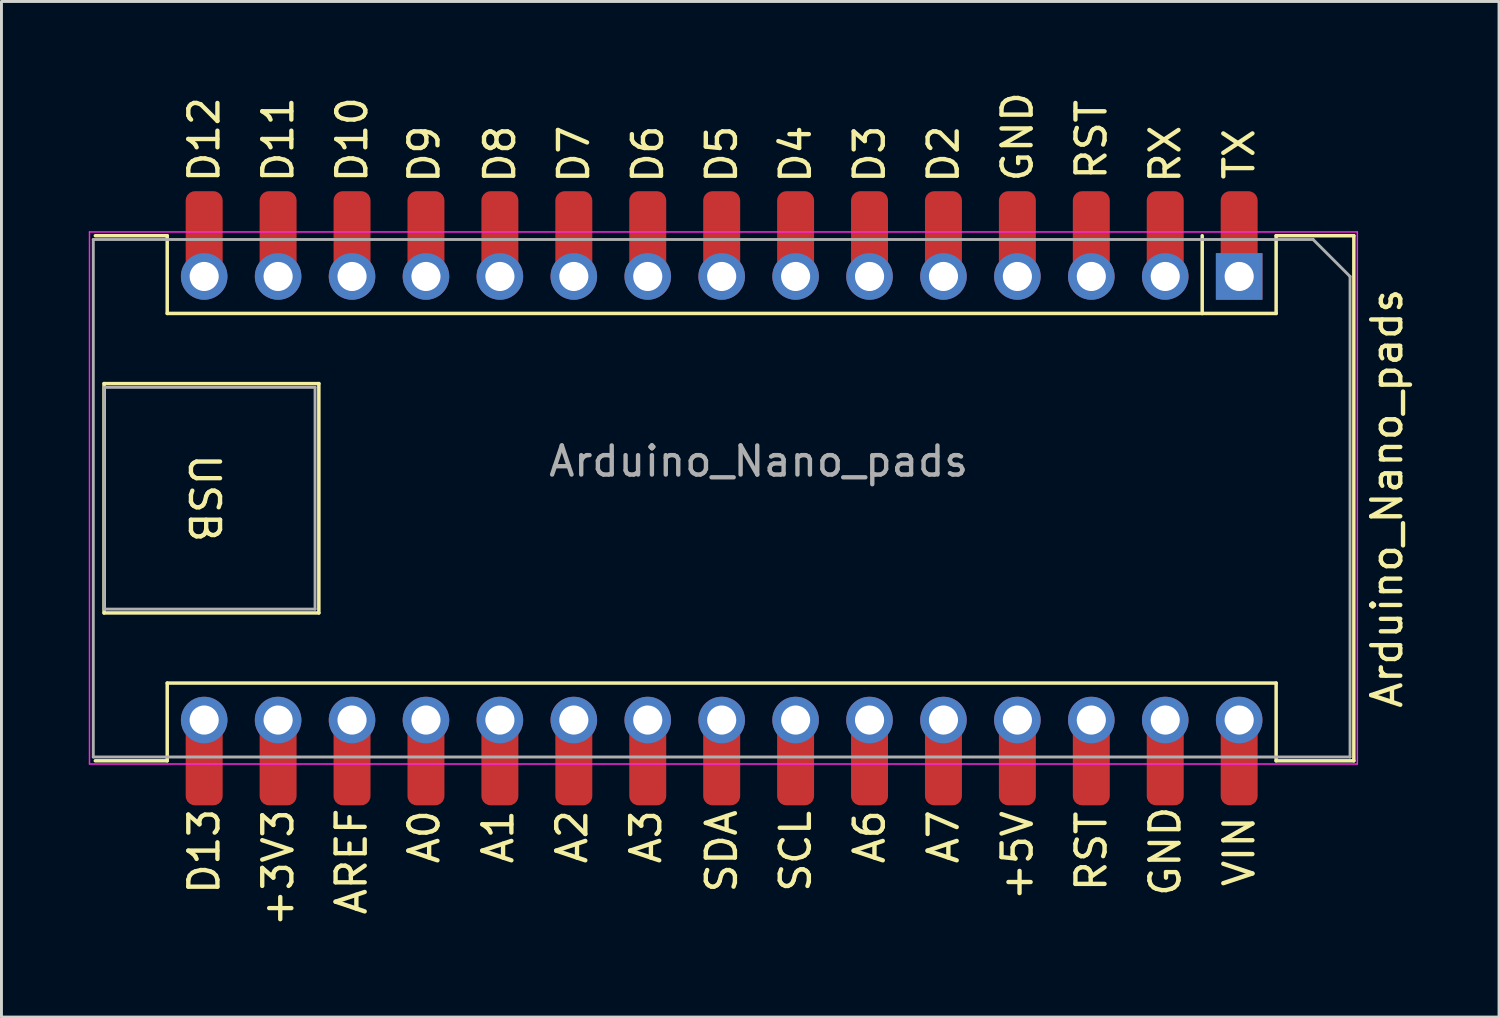
<source format=kicad_pcb>
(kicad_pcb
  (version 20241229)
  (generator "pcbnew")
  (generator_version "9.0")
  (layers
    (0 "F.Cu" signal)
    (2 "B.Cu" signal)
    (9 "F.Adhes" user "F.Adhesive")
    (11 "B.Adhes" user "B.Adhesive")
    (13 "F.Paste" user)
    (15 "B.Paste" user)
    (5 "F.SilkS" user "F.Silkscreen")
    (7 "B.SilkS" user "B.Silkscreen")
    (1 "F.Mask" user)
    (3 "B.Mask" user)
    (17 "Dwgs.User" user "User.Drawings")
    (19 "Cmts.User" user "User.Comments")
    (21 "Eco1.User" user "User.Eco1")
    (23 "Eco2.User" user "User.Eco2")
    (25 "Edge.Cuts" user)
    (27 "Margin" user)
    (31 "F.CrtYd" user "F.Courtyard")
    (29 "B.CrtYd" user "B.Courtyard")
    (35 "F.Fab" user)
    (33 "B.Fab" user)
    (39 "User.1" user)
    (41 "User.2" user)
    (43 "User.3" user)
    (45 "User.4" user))
  (footprint "Arduino_Nano_pads"
    (layer "F.Cu")
    (at 39.525 6.449)
    (property "Reference" "Arduino_Nano_pads" (at 5.08 7.62 270) (layer "F.SilkS") (effects (font (size 1 1) (thickness 0.15))))
    (attr through_hole)
    (fp_line (start -39.3 16.64) (end -36.83 16.64) (stroke (width 0.12) (type solid)) (layer "F.SilkS"))
    (fp_line (start -39 3.68) (end -31.62 3.68) (stroke (width 0.12) (type solid)) (layer "F.SilkS"))
    (fp_line (start -39 11.56) (end -39 3.68) (stroke (width 0.12) (type solid)) (layer "F.SilkS"))
    (fp_line (start -36.83 -1.4) (end -39.3 -1.4) (stroke (width 0.12) (type solid)) (layer "F.SilkS"))
    (fp_line (start -36.83 1.27) (end -36.83 -1.4) (stroke (width 0.12) (type solid)) (layer "F.SilkS"))
    (fp_line (start -36.83 13.97) (end -36.83 16.64) (stroke (width 0.12) (type solid)) (layer "F.SilkS"))
    (fp_line (start -31.62 3.68) (end -31.62 11.56) (stroke (width 0.12) (type solid)) (layer "F.SilkS"))
    (fp_line (start -31.62 11.56) (end -39 11.56) (stroke (width 0.12) (type solid)) (layer "F.SilkS"))
    (fp_line (start -1.27 1.27) (end -36.83 1.27) (stroke (width 0.12) (type solid)) (layer "F.SilkS"))
    (fp_line (start -1.27 1.27) (end -1.27 -1.4) (stroke (width 0.12) (type solid)) (layer "F.SilkS"))
    (fp_line (start -1.27 1.27) (end 1.27 1.27) (stroke (width 0.12) (type solid)) (layer "F.SilkS"))
    (fp_line (start 1.27 1.27) (end 1.27 -1.4) (stroke (width 0.12) (type solid)) (layer "F.SilkS"))
    (fp_line (start 1.27 13.97) (end -36.83 13.97) (stroke (width 0.12) (type solid)) (layer "F.SilkS"))
    (fp_line (start 1.27 13.97) (end 1.27 16.64) (stroke (width 0.12) (type solid)) (layer "F.SilkS"))
    (fp_line (start 1.27 16.64) (end 3.94 16.64) (stroke (width 0.12) (type solid)) (layer "F.SilkS"))
    (fp_line (start 3.94 -1.4) (end 1.27 -1.4) (stroke (width 0.12) (type solid)) (layer "F.SilkS"))
    (fp_line (start 3.94 16.64) (end 3.94 -1.4) (stroke (width 0.12) (type solid)) (layer "F.SilkS"))
    (fp_line (start -39.5 16.75) (end -39.5 -1.53) (stroke (width 0.05) (type solid)) (layer "F.CrtYd"))
    (fp_line (start -39.5 16.75) (end 4.06 16.75) (stroke (width 0.05) (type solid)) (layer "F.CrtYd"))
    (fp_line (start 4.06 -1.53) (end -39.5 -1.53) (stroke (width 0.05) (type solid)) (layer "F.CrtYd"))
    (fp_line (start 4.06 -1.53) (end 4.06 16.75) (stroke (width 0.05) (type solid)) (layer "F.CrtYd"))
    (fp_line (start -39.37 -1.27) (end 2.54 -1.27) (stroke (width 0.1) (type solid)) (layer "F.Fab"))
    (fp_line (start -39.37 16.51) (end -39.37 -1.27) (stroke (width 0.1) (type solid)) (layer "F.Fab"))
    (fp_line (start -39 3.81) (end -31.75 3.81) (stroke (width 0.1) (type solid)) (layer "F.Fab"))
    (fp_line (start -39 11.43) (end -39 3.81) (stroke (width 0.1) (type solid)) (layer "F.Fab"))
    (fp_line (start -31.75 3.81) (end -31.75 11.43) (stroke (width 0.1) (type solid)) (layer "F.Fab"))
    (fp_line (start -31.75 11.43) (end -39 11.43) (stroke (width 0.1) (type solid)) (layer "F.Fab"))
    (fp_line (start 2.54 -1.27) (end 3.81 0) (stroke (width 0.1) (type solid)) (layer "F.Fab"))
    (fp_line (start 3.81 0) (end 3.81 16.51) (stroke (width 0.1) (type solid)) (layer "F.Fab"))
    (fp_line (start 3.81 16.51) (end -39.37 16.51) (stroke (width 0.1) (type solid)) (layer "F.Fab"))
    (fp_text user "D9" (at -28 -4.2 90) (unlocked yes) (layer "F.SilkS") (effects (font (size 1 1) (thickness 0.15))))
    (fp_text user "VIN" (at 0 19.75 90) (unlocked yes) (layer "F.SilkS") (effects (font (size 1 1) (thickness 0.15))))
    (fp_text user "RST" (at -5.08 -4.7 90) (unlocked yes) (layer "F.SilkS") (effects (font (size 1 1) (thickness 0.15))))
    (fp_text user "D6" (at -20.32 -4.2 90) (unlocked yes) (layer "F.SilkS") (effects (font (size 1 1) (thickness 0.15))))
    (fp_text user "A3" (at -20.38 19.25 90) (unlocked yes) (layer "F.SilkS") (effects (font (size 1 1) (thickness 0.15))))
    (fp_text user "D7" (at -22.86 -4.2 90) (unlocked yes) (layer "F.SilkS") (effects (font (size 1 1) (thickness 0.15))))
    (fp_text user "D13" (at -35.56 19.75 90) (unlocked yes) (layer "F.SilkS") (effects (font (size 1 1) (thickness 0.15))))
    (fp_text user "A2" (at -22.92 19.25 90) (unlocked yes) (layer "F.SilkS") (effects (font (size 1 1) (thickness 0.15))))
    (fp_text user "USB" (at -35.56 7.62 270) (unlocked yes) (layer "F.SilkS") (effects (font (size 1 1) (thickness 0.15))))
    (fp_text user "D10" (at -30.48 -4.7 90) (unlocked yes) (layer "F.SilkS") (effects (font (size 1 1) (thickness 0.15))))
    (fp_text user "+5V" (at -7.62 19.9 90) (unlocked yes) (layer "F.SilkS") (effects (font (size 1 1) (thickness 0.15))))
    (fp_text user "GND" (at -7.62 -4.8 90) (unlocked yes) (layer "F.SilkS") (effects (font (size 1 1) (thickness 0.15))))
    (fp_text user "RST" (at -5.08 19.75 90) (unlocked yes) (layer "F.SilkS") (effects (font (size 1 1) (thickness 0.15))))
    (fp_text user "+3V3" (at -33.02 20.32 90) (unlocked yes) (layer "F.SilkS") (effects (font (size 1 1) (thickness 0.15))))
    (fp_text user "AREF" (at -30.5 20.1 90) (unlocked yes) (layer "F.SilkS") (effects (font (size 1 1) (thickness 0.15))))
    (fp_text user "D4" (at -15.24 -4.2 90) (unlocked yes) (layer "F.SilkS") (effects (font (size 1 1) (thickness 0.15))))
    (fp_text user "D12" (at -35.56 -4.7 90) (unlocked yes) (layer "F.SilkS") (effects (font (size 1 1) (thickness 0.15))))
    (fp_text user "D8" (at -25.4 -4.2 90) (unlocked yes) (layer "F.SilkS") (effects (font (size 1 1) (thickness 0.15))))
    (fp_text user "A0" (at -28 19.25 90) (unlocked yes) (layer "F.SilkS") (effects (font (size 1 1) (thickness 0.15))))
    (fp_text user "SCL" (at -15.24 19.75 90) (unlocked yes) (layer "F.SilkS") (effects (font (size 1 1) (thickness 0.15))))
    (fp_text user "A6" (at -12.7 19.25 90) (unlocked yes) (layer "F.SilkS") (effects (font (size 1 1) (thickness 0.15))))
    (fp_text user "D2" (at -10.16 -4.2 90) (unlocked yes) (layer "F.SilkS") (effects (font (size 1 1) (thickness 0.15))))
    (fp_text user "D11" (at -33.02 -4.7 90) (unlocked yes) (layer "F.SilkS") (effects (font (size 1 1) (thickness 0.15))))
    (fp_text user "RX" (at -2.54 -4.2 90) (unlocked yes) (layer "F.SilkS") (effects (font (size 1 1) (thickness 0.15))))
    (fp_text user "GND" (at -2.54 19.75 90) (unlocked yes) (layer "F.SilkS") (effects (font (size 1 1) (thickness 0.15))))
    (fp_text user "D5" (at -17.78 -4.2 90) (unlocked yes) (layer "F.SilkS") (effects (font (size 1 1) (thickness 0.15))))
    (fp_text user "TX" (at 0 -4.2 90) (unlocked yes) (layer "F.SilkS") (effects (font (size 1 1) (thickness 0.15))))
    (fp_text user "A7" (at -10.16 19.25 90) (unlocked yes) (layer "F.SilkS") (effects (font (size 1 1) (thickness 0.15))))
    (fp_text user "SDA" (at -17.78 19.75 90) (unlocked yes) (layer "F.SilkS") (effects (font (size 1 1) (thickness 0.15))))
    (fp_text user "D3" (at -12.7 -4.2 90) (unlocked yes) (layer "F.SilkS") (effects (font (size 1 1) (thickness 0.15))))
    (fp_text user "A1" (at -25.46 19.25 90) (unlocked yes) (layer "F.SilkS") (effects (font (size 1 1) (thickness 0.15))))
    (fp_text user "${REFERENCE}" (at -16.51 6.35 0) (layer "F.Fab") (effects (font (size 1 1) (thickness 0.15))))
    (pad "1" connect roundrect (at 0 -1.5 270) (size 2.86 1.27) (layers "F.Cu" "F.Mask") (roundrect_rratio 0.25))
    (pad "1" thru_hole rect (at 0 0 270) (size 1.6 1.6) (drill 1) (layers "*.Cu" "*.Mask"))
    (pad "2" connect roundrect (at -2.54 -1.5 270) (size 2.86 1.27) (layers "F.Cu" "F.Mask") (roundrect_rratio 0.25))
    (pad "2" thru_hole oval (at -2.54 0 270) (size 1.6 1.6) (drill 1) (layers "*.Cu" "*.Mask"))
    (pad "3" connect roundrect (at -5.08 -1.5 270) (size 2.86 1.27) (layers "F.Cu" "F.Mask") (roundrect_rratio 0.25))
    (pad "3" thru_hole oval (at -5.08 0 270) (size 1.6 1.6) (drill 1) (layers "*.Cu" "*.Mask"))
    (pad "4" connect roundrect (at -7.62 -1.5 270) (size 2.86 1.27) (layers "F.Cu" "F.Mask") (roundrect_rratio 0.25))
    (pad "4" thru_hole oval (at -7.62 0 270) (size 1.6 1.6) (drill 1) (layers "*.Cu" "*.Mask"))
    (pad "5" connect roundrect (at -10.16 -1.5 270) (size 2.86 1.27) (layers "F.Cu" "F.Mask") (roundrect_rratio 0.25))
    (pad "5" thru_hole oval (at -10.16 0 270) (size 1.6 1.6) (drill 1) (layers "*.Cu" "*.Mask"))
    (pad "6" connect roundrect (at -12.7 -1.5 270) (size 2.86 1.27) (layers "F.Cu" "F.Mask") (roundrect_rratio 0.25))
    (pad "6" thru_hole oval (at -12.7 0 270) (size 1.6 1.6) (drill 1) (layers "*.Cu" "*.Mask"))
    (pad "7" connect roundrect (at -15.24 -1.5 270) (size 2.86 1.27) (layers "F.Cu" "F.Mask") (roundrect_rratio 0.25))
    (pad "7" thru_hole oval (at -15.24 0 270) (size 1.6 1.6) (drill 1) (layers "*.Cu" "*.Mask"))
    (pad "8" connect roundrect (at -17.78 -1.5 270) (size 2.86 1.27) (layers "F.Cu" "F.Mask") (roundrect_rratio 0.25))
    (pad "8" thru_hole oval (at -17.78 0 270) (size 1.6 1.6) (drill 1) (layers "*.Cu" "*.Mask"))
    (pad "9" connect roundrect (at -20.32 -1.5 270) (size 2.86 1.27) (layers "F.Cu" "F.Mask") (roundrect_rratio 0.25))
    (pad "9" thru_hole oval (at -20.32 0 270) (size 1.6 1.6) (drill 1) (layers "*.Cu" "*.Mask"))
    (pad "10" connect roundrect (at -22.86 -1.5 270) (size 2.86 1.27) (layers "F.Cu" "F.Mask") (roundrect_rratio 0.25))
    (pad "10" thru_hole oval (at -22.86 0 270) (size 1.6 1.6) (drill 1) (layers "*.Cu" "*.Mask"))
    (pad "11" connect roundrect (at -25.4 -1.5 270) (size 2.86 1.27) (layers "F.Cu" "F.Mask") (roundrect_rratio 0.25))
    (pad "11" thru_hole oval (at -25.4 0 270) (size 1.6 1.6) (drill 1) (layers "*.Cu" "*.Mask"))
    (pad "12" connect roundrect (at -27.94 -1.5 270) (size 2.86 1.27) (layers "F.Cu" "F.Mask") (roundrect_rratio 0.25))
    (pad "12" thru_hole oval (at -27.94 0 270) (size 1.6 1.6) (drill 1) (layers "*.Cu" "*.Mask"))
    (pad "13" connect roundrect (at -30.48 -1.5 270) (size 2.86 1.27) (layers "F.Cu" "F.Mask") (roundrect_rratio 0.25))
    (pad "13" thru_hole oval (at -30.48 0 270) (size 1.6 1.6) (drill 1) (layers "*.Cu" "*.Mask"))
    (pad "14" connect roundrect (at -33.02 -1.5 270) (size 2.86 1.27) (layers "F.Cu" "F.Mask") (roundrect_rratio 0.25))
    (pad "14" thru_hole oval (at -33.02 0 270) (size 1.6 1.6) (drill 1) (layers "*.Cu" "*.Mask"))
    (pad "15" connect roundrect (at -35.56 -1.5 270) (size 2.86 1.27) (layers "F.Cu" "F.Mask") (roundrect_rratio 0.25))
    (pad "15" thru_hole oval (at -35.56 0 270) (size 1.6 1.6) (drill 1) (layers "*.Cu" "*.Mask"))
    (pad "16" thru_hole oval (at -35.56 15.24 270) (size 1.6 1.6) (drill 1) (layers "*.Cu" "*.Mask"))
    (pad "16" connect roundrect (at -35.56 16.74 270) (size 2.86 1.27) (layers "F.Cu" "F.Mask") (roundrect_rratio 0.25))
    (pad "17" thru_hole oval (at -33.02 15.24 270) (size 1.6 1.6) (drill 1) (layers "*.Cu" "*.Mask"))
    (pad "17" connect roundrect (at -33.02 16.74 270) (size 2.86 1.27) (layers "F.Cu" "F.Mask") (roundrect_rratio 0.25))
    (pad "18" thru_hole oval (at -30.48 15.24 270) (size 1.6 1.6) (drill 1) (layers "*.Cu" "*.Mask"))
    (pad "18" connect roundrect (at -30.48 16.74 270) (size 2.86 1.27) (layers "F.Cu" "F.Mask") (roundrect_rratio 0.25))
    (pad "19" thru_hole oval (at -27.94 15.24 270) (size 1.6 1.6) (drill 1) (layers "*.Cu" "*.Mask"))
    (pad "19" connect roundrect (at -27.94 16.74 270) (size 2.86 1.27) (layers "F.Cu" "F.Mask") (roundrect_rratio 0.25))
    (pad "20" thru_hole oval (at -25.4 15.24 270) (size 1.6 1.6) (drill 1) (layers "*.Cu" "*.Mask"))
    (pad "20" connect roundrect (at -25.4 16.74 270) (size 2.86 1.27) (layers "F.Cu" "F.Mask") (roundrect_rratio 0.25))
    (pad "21" thru_hole oval (at -22.86 15.24 270) (size 1.6 1.6) (drill 1) (layers "*.Cu" "*.Mask"))
    (pad "21" connect roundrect (at -22.86 16.74 270) (size 2.86 1.27) (layers "F.Cu" "F.Mask") (roundrect_rratio 0.25))
    (pad "22" thru_hole oval (at -20.32 15.24 270) (size 1.6 1.6) (drill 1) (layers "*.Cu" "*.Mask"))
    (pad "22" connect roundrect (at -20.32 16.74 270) (size 2.86 1.27) (layers "F.Cu" "F.Mask") (roundrect_rratio 0.25))
    (pad "23" thru_hole oval (at -17.78 15.24 270) (size 1.6 1.6) (drill 1) (layers "*.Cu" "*.Mask"))
    (pad "23" connect roundrect (at -17.78 16.74 270) (size 2.86 1.27) (layers "F.Cu" "F.Mask") (roundrect_rratio 0.25))
    (pad "24" thru_hole oval (at -15.24 15.24 270) (size 1.6 1.6) (drill 1) (layers "*.Cu" "*.Mask"))
    (pad "24" connect roundrect (at -15.24 16.74 270) (size 2.86 1.27) (layers "F.Cu" "F.Mask") (roundrect_rratio 0.25))
    (pad "25" thru_hole oval (at -12.7 15.24 270) (size 1.6 1.6) (drill 1) (layers "*.Cu" "*.Mask"))
    (pad "25" connect roundrect (at -12.7 16.74 270) (size 2.86 1.27) (layers "F.Cu" "F.Mask") (roundrect_rratio 0.25))
    (pad "26" thru_hole oval (at -10.16 15.24 270) (size 1.6 1.6) (drill 1) (layers "*.Cu" "*.Mask"))
    (pad "26" connect roundrect (at -10.16 16.74 270) (size 2.86 1.27) (layers "F.Cu" "F.Mask") (roundrect_rratio 0.25))
    (pad "27" thru_hole oval (at -7.62 15.24 270) (size 1.6 1.6) (drill 1) (layers "*.Cu" "*.Mask"))
    (pad "27" connect roundrect (at -7.62 16.74 270) (size 2.86 1.27) (layers "F.Cu" "F.Mask") (roundrect_rratio 0.25))
    (pad "28" thru_hole oval (at -5.08 15.24 270) (size 1.6 1.6) (drill 1) (layers "*.Cu" "*.Mask"))
    (pad "28" connect roundrect (at -5.08 16.74 270) (size 2.86 1.27) (layers "F.Cu" "F.Mask") (roundrect_rratio 0.25))
    (pad "29" thru_hole oval (at -2.54 15.24 270) (size 1.6 1.6) (drill 1) (layers "*.Cu" "*.Mask"))
    (pad "29" connect roundrect (at -2.54 16.74 270) (size 2.86 1.27) (layers "F.Cu" "F.Mask") (roundrect_rratio 0.25))
    (pad "30" thru_hole oval (at 0 15.24 270) (size 1.6 1.6) (drill 1) (layers "*.Cu" "*.Mask"))
    (pad "30" connect roundrect (at 0 16.74 270) (size 2.86 1.27) (layers "F.Cu" "F.Mask") (roundrect_rratio 0.25)))
  (gr_rect
    (start -3 -3)
    (end 48.453 31.894)
    (stroke (width 0.1) (type default))
    (fill no)
    (layer "Edge.Cuts")))
</source>
